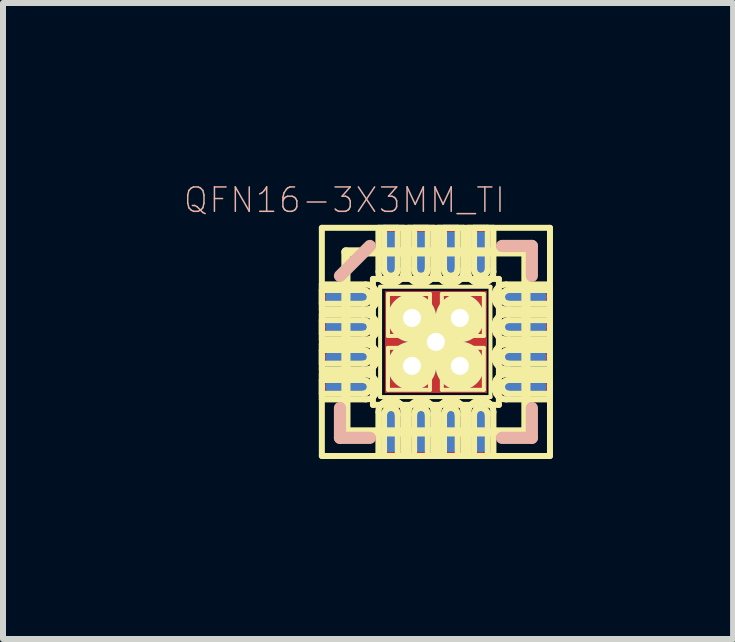
<source format=kicad_pcb>
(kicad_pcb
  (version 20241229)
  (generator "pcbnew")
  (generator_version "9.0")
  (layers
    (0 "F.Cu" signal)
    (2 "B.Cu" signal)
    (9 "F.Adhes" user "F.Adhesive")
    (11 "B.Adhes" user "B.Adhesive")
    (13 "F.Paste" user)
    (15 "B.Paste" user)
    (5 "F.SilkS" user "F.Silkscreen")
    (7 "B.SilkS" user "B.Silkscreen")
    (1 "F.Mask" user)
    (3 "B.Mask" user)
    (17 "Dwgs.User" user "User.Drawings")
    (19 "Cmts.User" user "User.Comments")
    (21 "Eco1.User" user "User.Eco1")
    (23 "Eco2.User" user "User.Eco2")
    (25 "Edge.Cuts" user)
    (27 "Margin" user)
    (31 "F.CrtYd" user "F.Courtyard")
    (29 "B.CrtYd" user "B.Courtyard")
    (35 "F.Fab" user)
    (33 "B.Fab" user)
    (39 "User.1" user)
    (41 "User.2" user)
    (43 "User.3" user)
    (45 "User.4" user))
  (footprint "QFN16-3X3MM_TI"
    (layer "F.Cu")
    (at 4.211 2.645)
    (property "Reference" "QFN16-3X3MM_TI" (at -1.524 -2.362 0) (layer "B.SilkS") (effects (font (size 0.406 0.406) (thickness 0.025))))
    (attr smd)
    (fp_line (start -1.189 -0.749) (end -1.699 -0.749) (stroke (width 0.279) (type solid)) (layer "B.Cu"))
    (fp_line (start -1.189 -0.249) (end -1.699 -0.249) (stroke (width 0.279) (type solid)) (layer "B.Cu"))
    (fp_line (start -1.189 0.249) (end -1.699 0.249) (stroke (width 0.279) (type solid)) (layer "B.Cu"))
    (fp_line (start -1.189 0.749) (end -1.699 0.749) (stroke (width 0.279) (type solid)) (layer "B.Cu"))
    (fp_line (start -0.749 -1.699) (end -0.749 -1.189) (stroke (width 0.279) (type solid)) (layer "B.Cu"))
    (fp_line (start -0.749 1.699) (end -0.749 1.189) (stroke (width 0.279) (type solid)) (layer "B.Cu"))
    (fp_line (start -0.249 -1.699) (end -0.249 -1.189) (stroke (width 0.279) (type solid)) (layer "B.Cu"))
    (fp_line (start -0.249 1.699) (end -0.249 1.189) (stroke (width 0.279) (type solid)) (layer "B.Cu"))
    (fp_line (start 0.249 -1.699) (end 0.249 -1.189) (stroke (width 0.279) (type solid)) (layer "B.Cu"))
    (fp_line (start 0.249 1.699) (end 0.249 1.189) (stroke (width 0.279) (type solid)) (layer "B.Cu"))
    (fp_line (start 0.749 -1.699) (end 0.749 -1.189) (stroke (width 0.279) (type solid)) (layer "B.Cu"))
    (fp_line (start 0.749 1.699) (end 0.749 1.189) (stroke (width 0.279) (type solid)) (layer "B.Cu"))
    (fp_line (start 1.189 -0.749) (end 1.699 -0.749) (stroke (width 0.279) (type solid)) (layer "B.Cu"))
    (fp_line (start 1.189 -0.249) (end 1.699 -0.249) (stroke (width 0.279) (type solid)) (layer "B.Cu"))
    (fp_line (start 1.189 0.249) (end 1.699 0.249) (stroke (width 0.279) (type solid)) (layer "B.Cu"))
    (fp_line (start 1.189 0.749) (end 1.699 0.749) (stroke (width 0.279) (type solid)) (layer "B.Cu"))
    (fp_line (start -1.9 -1.9) (end -1.9 1.9) (stroke (width 0.1) (type solid)) (layer "F.SilkS"))
    (fp_line (start -1.9 -1.9) (end 1.9 -1.9) (stroke (width 0.1) (type solid)) (layer "F.SilkS"))
    (fp_line (start -1.9 -0.958) (end -1.168 -0.958) (stroke (width 0.1) (type solid)) (layer "F.SilkS"))
    (fp_line (start -1.9 -0.864) (end -1.214 -0.864) (stroke (width 0.1) (type solid)) (layer "F.SilkS"))
    (fp_line (start -1.9 -0.635) (end -1.9 -0.864) (stroke (width 0.1) (type solid)) (layer "F.SilkS"))
    (fp_line (start -1.9 -0.538) (end -1.9 -0.958) (stroke (width 0.1) (type solid)) (layer "F.SilkS"))
    (fp_line (start -1.9 -0.46) (end -1.179 -0.46) (stroke (width 0.1) (type solid)) (layer "F.SilkS"))
    (fp_line (start -1.9 -0.363) (end -1.214 -0.363) (stroke (width 0.1) (type solid)) (layer "F.SilkS"))
    (fp_line (start -1.9 -0.135) (end -1.9 -0.363) (stroke (width 0.1) (type solid)) (layer "F.SilkS"))
    (fp_line (start -1.9 -0.038) (end -1.9 -0.46) (stroke (width 0.1) (type solid)) (layer "F.SilkS"))
    (fp_line (start -1.9 0.038) (end -1.168 0.038) (stroke (width 0.1) (type solid)) (layer "F.SilkS"))
    (fp_line (start -1.9 0.135) (end -1.214 0.135) (stroke (width 0.1) (type solid)) (layer "F.SilkS"))
    (fp_line (start -1.9 0.363) (end -1.9 0.135) (stroke (width 0.1) (type solid)) (layer "F.SilkS"))
    (fp_line (start -1.9 0.46) (end -1.9 0.038) (stroke (width 0.1) (type solid)) (layer "F.SilkS"))
    (fp_line (start -1.9 0.538) (end -1.179 0.538) (stroke (width 0.1) (type solid)) (layer "F.SilkS"))
    (fp_line (start -1.9 0.635) (end -1.214 0.635) (stroke (width 0.1) (type solid)) (layer "F.SilkS"))
    (fp_line (start -1.9 0.864) (end -1.9 0.635) (stroke (width 0.1) (type solid)) (layer "F.SilkS"))
    (fp_line (start -1.9 0.958) (end -1.9 0.538) (stroke (width 0.1) (type solid)) (layer "F.SilkS"))
    (fp_line (start -1.9 1.9) (end 1.9 1.9) (stroke (width 0.1) (type solid)) (layer "F.SilkS"))
    (fp_line (start -1.499 -1.499) (end -1.499 1.499) (stroke (width 0.152) (type solid)) (layer "F.SilkS"))
    (fp_line (start -1.499 1.499) (end 1.499 1.499) (stroke (width 0.152) (type solid)) (layer "F.SilkS"))
    (fp_line (start -1.214 -0.864) (end -1.179 -0.859) (stroke (width 0.1) (type solid)) (layer "F.SilkS"))
    (fp_line (start -1.214 -0.635) (end -1.9 -0.635) (stroke (width 0.1) (type solid)) (layer "F.SilkS"))
    (fp_line (start -1.214 -0.363) (end -1.179 -0.358) (stroke (width 0.1) (type solid)) (layer "F.SilkS"))
    (fp_line (start -1.214 -0.135) (end -1.9 -0.135) (stroke (width 0.1) (type solid)) (layer "F.SilkS"))
    (fp_line (start -1.214 0.135) (end -1.179 0.14) (stroke (width 0.1) (type solid)) (layer "F.SilkS"))
    (fp_line (start -1.214 0.363) (end -1.9 0.363) (stroke (width 0.1) (type solid)) (layer "F.SilkS"))
    (fp_line (start -1.214 0.635) (end -1.179 0.64) (stroke (width 0.1) (type solid)) (layer "F.SilkS"))
    (fp_line (start -1.214 0.864) (end -1.9 0.864) (stroke (width 0.1) (type solid)) (layer "F.SilkS"))
    (fp_line (start -1.179 -0.859) (end -1.146 -0.841) (stroke (width 0.1) (type solid)) (layer "F.SilkS"))
    (fp_line (start -1.179 -0.64) (end -1.214 -0.635) (stroke (width 0.1) (type solid)) (layer "F.SilkS"))
    (fp_line (start -1.179 -0.46) (end -1.128 -0.452) (stroke (width 0.1) (type solid)) (layer "F.SilkS"))
    (fp_line (start -1.179 -0.358) (end -1.146 -0.343) (stroke (width 0.1) (type solid)) (layer "F.SilkS"))
    (fp_line (start -1.179 -0.14) (end -1.214 -0.135) (stroke (width 0.1) (type solid)) (layer "F.SilkS"))
    (fp_line (start -1.179 0.14) (end -1.146 0.155) (stroke (width 0.1) (type solid)) (layer "F.SilkS"))
    (fp_line (start -1.179 0.358) (end -1.214 0.363) (stroke (width 0.1) (type solid)) (layer "F.SilkS"))
    (fp_line (start -1.179 0.538) (end -1.128 0.544) (stroke (width 0.1) (type solid)) (layer "F.SilkS"))
    (fp_line (start -1.179 0.64) (end -1.146 0.655) (stroke (width 0.1) (type solid)) (layer "F.SilkS"))
    (fp_line (start -1.179 0.859) (end -1.214 0.864) (stroke (width 0.1) (type solid)) (layer "F.SilkS"))
    (fp_line (start -1.168 -0.958) (end -1.12 -0.953) (stroke (width 0.1) (type solid)) (layer "F.SilkS"))
    (fp_line (start -1.168 -0.038) (end -1.9 -0.038) (stroke (width 0.1) (type solid)) (layer "F.SilkS"))
    (fp_line (start -1.168 0.038) (end -1.12 0.046) (stroke (width 0.1) (type solid)) (layer "F.SilkS"))
    (fp_line (start -1.168 0.958) (end -1.9 0.958) (stroke (width 0.1) (type solid)) (layer "F.SilkS"))
    (fp_line (start -1.158 -0.538) (end -1.9 -0.538) (stroke (width 0.1) (type solid)) (layer "F.SilkS"))
    (fp_line (start -1.158 0.46) (end -1.9 0.46) (stroke (width 0.1) (type solid)) (layer "F.SilkS"))
    (fp_line (start -1.146 -0.841) (end -1.12 -0.815) (stroke (width 0.1) (type solid)) (layer "F.SilkS"))
    (fp_line (start -1.146 -0.655) (end -1.179 -0.64) (stroke (width 0.1) (type solid)) (layer "F.SilkS"))
    (fp_line (start -1.146 -0.343) (end -1.12 -0.318) (stroke (width 0.1) (type solid)) (layer "F.SilkS"))
    (fp_line (start -1.146 -0.155) (end -1.179 -0.14) (stroke (width 0.1) (type solid)) (layer "F.SilkS"))
    (fp_line (start -1.146 0.155) (end -1.12 0.18) (stroke (width 0.1) (type solid)) (layer "F.SilkS"))
    (fp_line (start -1.146 0.343) (end -1.179 0.358) (stroke (width 0.1) (type solid)) (layer "F.SilkS"))
    (fp_line (start -1.146 0.655) (end -1.12 0.681) (stroke (width 0.1) (type solid)) (layer "F.SilkS"))
    (fp_line (start -1.146 0.841) (end -1.179 0.859) (stroke (width 0.1) (type solid)) (layer "F.SilkS"))
    (fp_line (start -1.128 -0.452) (end -1.079 -0.434) (stroke (width 0.1) (type solid)) (layer "F.SilkS"))
    (fp_line (start -1.128 0.544) (end -1.079 0.561) (stroke (width 0.1) (type solid)) (layer "F.SilkS"))
    (fp_line (start -1.12 -0.953) (end -1.074 -0.932) (stroke (width 0.1) (type solid)) (layer "F.SilkS"))
    (fp_line (start -1.12 -0.815) (end -1.105 -0.785) (stroke (width 0.1) (type solid)) (layer "F.SilkS"))
    (fp_line (start -1.12 -0.681) (end -1.146 -0.655) (stroke (width 0.1) (type solid)) (layer "F.SilkS"))
    (fp_line (start -1.12 -0.318) (end -1.105 -0.284) (stroke (width 0.1) (type solid)) (layer "F.SilkS"))
    (fp_line (start -1.12 -0.18) (end -1.146 -0.155) (stroke (width 0.1) (type solid)) (layer "F.SilkS"))
    (fp_line (start -1.12 -0.043) (end -1.168 -0.038) (stroke (width 0.1) (type solid)) (layer "F.SilkS"))
    (fp_line (start -1.12 0.046) (end -1.074 0.064) (stroke (width 0.1) (type solid)) (layer "F.SilkS"))
    (fp_line (start -1.12 0.18) (end -1.105 0.213) (stroke (width 0.1) (type solid)) (layer "F.SilkS"))
    (fp_line (start -1.12 0.318) (end -1.146 0.343) (stroke (width 0.1) (type solid)) (layer "F.SilkS"))
    (fp_line (start -1.12 0.681) (end -1.105 0.714) (stroke (width 0.1) (type solid)) (layer "F.SilkS"))
    (fp_line (start -1.12 0.815) (end -1.146 0.841) (stroke (width 0.1) (type solid)) (layer "F.SilkS"))
    (fp_line (start -1.12 0.953) (end -1.168 0.958) (stroke (width 0.1) (type solid)) (layer "F.SilkS"))
    (fp_line (start -1.113 -0.546) (end -1.158 -0.538) (stroke (width 0.1) (type solid)) (layer "F.SilkS"))
    (fp_line (start -1.113 0.452) (end -1.158 0.46) (stroke (width 0.1) (type solid)) (layer "F.SilkS"))
    (fp_line (start -1.105 -0.785) (end -1.1 -0.749) (stroke (width 0.1) (type solid)) (layer "F.SilkS"))
    (fp_line (start -1.105 -0.714) (end -1.12 -0.681) (stroke (width 0.1) (type solid)) (layer "F.SilkS"))
    (fp_line (start -1.105 -0.284) (end -1.1 -0.249) (stroke (width 0.1) (type solid)) (layer "F.SilkS"))
    (fp_line (start -1.105 -0.213) (end -1.12 -0.18) (stroke (width 0.1) (type solid)) (layer "F.SilkS"))
    (fp_line (start -1.105 0.213) (end -1.1 0.249) (stroke (width 0.1) (type solid)) (layer "F.SilkS"))
    (fp_line (start -1.105 0.284) (end -1.12 0.318) (stroke (width 0.1) (type solid)) (layer "F.SilkS"))
    (fp_line (start -1.105 0.714) (end -1.1 0.749) (stroke (width 0.1) (type solid)) (layer "F.SilkS"))
    (fp_line (start -1.105 0.785) (end -1.12 0.815) (stroke (width 0.1) (type solid)) (layer "F.SilkS"))
    (fp_line (start -1.1 -0.749) (end -1.105 -0.714) (stroke (width 0.1) (type solid)) (layer "F.SilkS"))
    (fp_line (start -1.1 -0.249) (end -1.105 -0.213) (stroke (width 0.1) (type solid)) (layer "F.SilkS"))
    (fp_line (start -1.1 0.249) (end -1.105 0.284) (stroke (width 0.1) (type solid)) (layer "F.SilkS"))
    (fp_line (start -1.1 0.749) (end -1.105 0.785) (stroke (width 0.1) (type solid)) (layer "F.SilkS"))
    (fp_line (start -1.079 -0.434) (end -1.039 -0.406) (stroke (width 0.1) (type solid)) (layer "F.SilkS"))
    (fp_line (start -1.079 0.561) (end -1.039 0.592) (stroke (width 0.1) (type solid)) (layer "F.SilkS"))
    (fp_line (start -1.074 -0.932) (end -1.034 -0.904) (stroke (width 0.1) (type solid)) (layer "F.SilkS"))
    (fp_line (start -1.074 -0.061) (end -1.12 -0.043) (stroke (width 0.1) (type solid)) (layer "F.SilkS"))
    (fp_line (start -1.074 0.064) (end -1.034 0.094) (stroke (width 0.1) (type solid)) (layer "F.SilkS"))
    (fp_line (start -1.074 0.937) (end -1.12 0.953) (stroke (width 0.1) (type solid)) (layer "F.SilkS"))
    (fp_line (start -1.069 -0.564) (end -1.113 -0.546) (stroke (width 0.1) (type solid)) (layer "F.SilkS"))
    (fp_line (start -1.069 0.434) (end -1.113 0.452) (stroke (width 0.1) (type solid)) (layer "F.SilkS"))
    (fp_line (start -1.049 -1.049) (end -1.049 1.049) (stroke (width 0.1) (type solid)) (layer "F.SilkS"))
    (fp_line (start -1.049 -1.049) (end 1.049 -1.049) (stroke (width 0.1) (type solid)) (layer "F.SilkS"))
    (fp_line (start -1.049 1.049) (end 1.049 1.049) (stroke (width 0.1) (type solid)) (layer "F.SilkS"))
    (fp_line (start -1.039 -0.406) (end -1.008 -0.366) (stroke (width 0.1) (type solid)) (layer "F.SilkS"))
    (fp_line (start -1.039 0.592) (end -1.008 0.632) (stroke (width 0.1) (type solid)) (layer "F.SilkS"))
    (fp_line (start -1.036 -0.089) (end -1.074 -0.061) (stroke (width 0.1) (type solid)) (layer "F.SilkS"))
    (fp_line (start -1.036 0.909) (end -1.074 0.937) (stroke (width 0.1) (type solid)) (layer "F.SilkS"))
    (fp_line (start -1.034 -0.904) (end -1.003 -0.864) (stroke (width 0.1) (type solid)) (layer "F.SilkS"))
    (fp_line (start -1.034 0.094) (end -1.003 0.135) (stroke (width 0.1) (type solid)) (layer "F.SilkS"))
    (fp_line (start -1.031 -0.592) (end -1.069 -0.564) (stroke (width 0.1) (type solid)) (layer "F.SilkS"))
    (fp_line (start -1.031 0.406) (end -1.069 0.434) (stroke (width 0.1) (type solid)) (layer "F.SilkS"))
    (fp_line (start -1.008 -0.366) (end -0.986 -0.32) (stroke (width 0.1) (type solid)) (layer "F.SilkS"))
    (fp_line (start -1.008 0.632) (end -0.986 0.678) (stroke (width 0.1) (type solid)) (layer "F.SilkS"))
    (fp_line (start -1.006 -0.127) (end -1.036 -0.089) (stroke (width 0.1) (type solid)) (layer "F.SilkS"))
    (fp_line (start -1.006 0.871) (end -1.036 0.909) (stroke (width 0.1) (type solid)) (layer "F.SilkS"))
    (fp_line (start -1.003 -0.864) (end -0.986 -0.818) (stroke (width 0.1) (type solid)) (layer "F.SilkS"))
    (fp_line (start -1.003 -0.63) (end -1.031 -0.592) (stroke (width 0.1) (type solid)) (layer "F.SilkS"))
    (fp_line (start -1.003 0.135) (end -0.986 0.18) (stroke (width 0.1) (type solid)) (layer "F.SilkS"))
    (fp_line (start -1.003 0.368) (end -1.031 0.406) (stroke (width 0.1) (type solid)) (layer "F.SilkS"))
    (fp_line (start -0.986 -0.818) (end -0.978 -0.77) (stroke (width 0.1) (type solid)) (layer "F.SilkS"))
    (fp_line (start -0.986 -0.673) (end -1.003 -0.63) (stroke (width 0.1) (type solid)) (layer "F.SilkS"))
    (fp_line (start -0.986 -0.32) (end -0.978 -0.269) (stroke (width 0.1) (type solid)) (layer "F.SilkS"))
    (fp_line (start -0.986 -0.17) (end -1.006 -0.127) (stroke (width 0.1) (type solid)) (layer "F.SilkS"))
    (fp_line (start -0.986 0.18) (end -0.978 0.229) (stroke (width 0.1) (type solid)) (layer "F.SilkS"))
    (fp_line (start -0.986 0.325) (end -1.003 0.368) (stroke (width 0.1) (type solid)) (layer "F.SilkS"))
    (fp_line (start -0.986 0.678) (end -0.978 0.729) (stroke (width 0.1) (type solid)) (layer "F.SilkS"))
    (fp_line (start -0.986 0.826) (end -1.006 0.871) (stroke (width 0.1) (type solid)) (layer "F.SilkS"))
    (fp_line (start -0.978 -0.77) (end -0.978 -0.719) (stroke (width 0.1) (type solid)) (layer "F.SilkS"))
    (fp_line (start -0.978 -0.719) (end -0.986 -0.673) (stroke (width 0.1) (type solid)) (layer "F.SilkS"))
    (fp_line (start -0.978 -0.269) (end -0.978 -0.218) (stroke (width 0.1) (type solid)) (layer "F.SilkS"))
    (fp_line (start -0.978 -0.218) (end -0.986 -0.17) (stroke (width 0.1) (type solid)) (layer "F.SilkS"))
    (fp_line (start -0.978 0.229) (end -0.978 0.279) (stroke (width 0.1) (type solid)) (layer "F.SilkS"))
    (fp_line (start -0.978 0.279) (end -0.986 0.325) (stroke (width 0.1) (type solid)) (layer "F.SilkS"))
    (fp_line (start -0.978 0.729) (end -0.978 0.78) (stroke (width 0.1) (type solid)) (layer "F.SilkS"))
    (fp_line (start -0.978 0.78) (end -0.986 0.826) (stroke (width 0.1) (type solid)) (layer "F.SilkS"))
    (fp_line (start -0.958 -1.9) (end -0.538 -1.9) (stroke (width 0.1) (type solid)) (layer "F.SilkS"))
    (fp_line (start -0.958 -1.168) (end -0.958 -1.9) (stroke (width 0.1) (type solid)) (layer "F.SilkS"))
    (fp_line (start -0.958 1.168) (end -0.953 1.12) (stroke (width 0.1) (type solid)) (layer "F.SilkS"))
    (fp_line (start -0.958 1.9) (end -0.958 1.168) (stroke (width 0.1) (type solid)) (layer "F.SilkS"))
    (fp_line (start -0.953 -1.12) (end -0.958 -1.168) (stroke (width 0.1) (type solid)) (layer "F.SilkS"))
    (fp_line (start -0.953 1.12) (end -0.932 1.074) (stroke (width 0.1) (type solid)) (layer "F.SilkS"))
    (fp_line (start -0.937 -1.074) (end -0.953 -1.12) (stroke (width 0.1) (type solid)) (layer "F.SilkS"))
    (fp_line (start -0.932 1.074) (end -0.904 1.034) (stroke (width 0.1) (type solid)) (layer "F.SilkS"))
    (fp_line (start -0.93 -0.919) (end 0.909 -0.919) (stroke (width 0.066) (type solid)) (layer "F.SilkS"))
    (fp_line (start -0.93 0.919) (end -0.93 -0.919) (stroke (width 0.066) (type solid)) (layer "F.SilkS"))
    (fp_line (start -0.93 0.919) (end 0.909 0.919) (stroke (width 0.066) (type solid)) (layer "F.SilkS"))
    (fp_line (start -0.909 -1.036) (end -0.937 -1.074) (stroke (width 0.1) (type solid)) (layer "F.SilkS"))
    (fp_line (start -0.904 1.034) (end -0.864 1.003) (stroke (width 0.1) (type solid)) (layer "F.SilkS"))
    (fp_line (start -0.871 -1.006) (end -0.909 -1.036) (stroke (width 0.1) (type solid)) (layer "F.SilkS"))
    (fp_line (start -0.864 -1.9) (end -0.635 -1.9) (stroke (width 0.1) (type solid)) (layer "F.SilkS"))
    (fp_line (start -0.864 -1.214) (end -0.864 -1.9) (stroke (width 0.1) (type solid)) (layer "F.SilkS"))
    (fp_line (start -0.864 1.003) (end -0.818 0.986) (stroke (width 0.1) (type solid)) (layer "F.SilkS"))
    (fp_line (start -0.864 1.214) (end -0.859 1.179) (stroke (width 0.1) (type solid)) (layer "F.SilkS"))
    (fp_line (start -0.864 1.9) (end -0.864 1.214) (stroke (width 0.1) (type solid)) (layer "F.SilkS"))
    (fp_line (start -0.859 -1.179) (end -0.864 -1.214) (stroke (width 0.1) (type solid)) (layer "F.SilkS"))
    (fp_line (start -0.859 1.179) (end -0.841 1.146) (stroke (width 0.1) (type solid)) (layer "F.SilkS"))
    (fp_line (start -0.841 -1.146) (end -0.859 -1.179) (stroke (width 0.1) (type solid)) (layer "F.SilkS"))
    (fp_line (start -0.841 1.146) (end -0.815 1.12) (stroke (width 0.1) (type solid)) (layer "F.SilkS"))
    (fp_line (start -0.826 -0.986) (end -0.871 -1.006) (stroke (width 0.1) (type solid)) (layer "F.SilkS"))
    (fp_line (start -0.818 0.986) (end -0.77 0.978) (stroke (width 0.1) (type solid)) (layer "F.SilkS"))
    (fp_line (start -0.815 -1.12) (end -0.841 -1.146) (stroke (width 0.1) (type solid)) (layer "F.SilkS"))
    (fp_line (start -0.815 1.12) (end -0.785 1.105) (stroke (width 0.1) (type solid)) (layer "F.SilkS"))
    (fp_line (start -0.798 -0.798) (end -0.099 -0.798) (stroke (width 0.066) (type solid)) (layer "F.SilkS"))
    (fp_line (start -0.798 -0.099) (end -0.798 -0.798) (stroke (width 0.066) (type solid)) (layer "F.SilkS"))
    (fp_line (start -0.798 -0.099) (end -0.099 -0.099) (stroke (width 0.066) (type solid)) (layer "F.SilkS"))
    (fp_line (start -0.798 0.099) (end -0.099 0.099) (stroke (width 0.066) (type solid)) (layer "F.SilkS"))
    (fp_line (start -0.798 0.798) (end -0.798 0.099) (stroke (width 0.066) (type solid)) (layer "F.SilkS"))
    (fp_line (start -0.798 0.798) (end -0.099 0.798) (stroke (width 0.066) (type solid)) (layer "F.SilkS"))
    (fp_line (start -0.785 -1.105) (end -0.815 -1.12) (stroke (width 0.1) (type solid)) (layer "F.SilkS"))
    (fp_line (start -0.785 1.105) (end -0.749 1.1) (stroke (width 0.1) (type solid)) (layer "F.SilkS"))
    (fp_line (start -0.78 -0.978) (end -0.826 -0.986) (stroke (width 0.1) (type solid)) (layer "F.SilkS"))
    (fp_line (start -0.77 0.978) (end -0.719 0.978) (stroke (width 0.1) (type solid)) (layer "F.SilkS"))
    (fp_line (start -0.749 -1.1) (end -0.785 -1.105) (stroke (width 0.1) (type solid)) (layer "F.SilkS"))
    (fp_line (start -0.749 1.1) (end -0.714 1.105) (stroke (width 0.1) (type solid)) (layer "F.SilkS"))
    (fp_line (start -0.729 -0.978) (end -0.78 -0.978) (stroke (width 0.1) (type solid)) (layer "F.SilkS"))
    (fp_line (start -0.719 0.978) (end -0.673 0.986) (stroke (width 0.1) (type solid)) (layer "F.SilkS"))
    (fp_line (start -0.714 -1.105) (end -0.749 -1.1) (stroke (width 0.1) (type solid)) (layer "F.SilkS"))
    (fp_line (start -0.714 1.105) (end -0.681 1.12) (stroke (width 0.1) (type solid)) (layer "F.SilkS"))
    (fp_line (start -0.681 -1.12) (end -0.714 -1.105) (stroke (width 0.1) (type solid)) (layer "F.SilkS"))
    (fp_line (start -0.681 1.12) (end -0.655 1.146) (stroke (width 0.1) (type solid)) (layer "F.SilkS"))
    (fp_line (start -0.678 -0.986) (end -0.729 -0.978) (stroke (width 0.1) (type solid)) (layer "F.SilkS"))
    (fp_line (start -0.673 0.986) (end -0.63 1.003) (stroke (width 0.1) (type solid)) (layer "F.SilkS"))
    (fp_line (start -0.655 -1.146) (end -0.681 -1.12) (stroke (width 0.1) (type solid)) (layer "F.SilkS"))
    (fp_line (start -0.655 1.146) (end -0.64 1.179) (stroke (width 0.1) (type solid)) (layer "F.SilkS"))
    (fp_line (start -0.64 -1.179) (end -0.655 -1.146) (stroke (width 0.1) (type solid)) (layer "F.SilkS"))
    (fp_line (start -0.64 1.179) (end -0.635 1.214) (stroke (width 0.1) (type solid)) (layer "F.SilkS"))
    (fp_line (start -0.635 -1.9) (end -0.635 -1.214) (stroke (width 0.1) (type solid)) (layer "F.SilkS"))
    (fp_line (start -0.635 -1.214) (end -0.64 -1.179) (stroke (width 0.1) (type solid)) (layer "F.SilkS"))
    (fp_line (start -0.635 1.214) (end -0.635 1.9) (stroke (width 0.1) (type solid)) (layer "F.SilkS"))
    (fp_line (start -0.635 1.9) (end -0.864 1.9) (stroke (width 0.1) (type solid)) (layer "F.SilkS"))
    (fp_line (start -0.632 -1.008) (end -0.678 -0.986) (stroke (width 0.1) (type solid)) (layer "F.SilkS"))
    (fp_line (start -0.63 1.003) (end -0.592 1.031) (stroke (width 0.1) (type solid)) (layer "F.SilkS"))
    (fp_line (start -0.592 -1.039) (end -0.632 -1.008) (stroke (width 0.1) (type solid)) (layer "F.SilkS"))
    (fp_line (start -0.592 1.031) (end -0.564 1.069) (stroke (width 0.1) (type solid)) (layer "F.SilkS"))
    (fp_line (start -0.564 1.069) (end -0.546 1.113) (stroke (width 0.1) (type solid)) (layer "F.SilkS"))
    (fp_line (start -0.561 -1.079) (end -0.592 -1.039) (stroke (width 0.1) (type solid)) (layer "F.SilkS"))
    (fp_line (start -0.546 1.113) (end -0.538 1.158) (stroke (width 0.1) (type solid)) (layer "F.SilkS"))
    (fp_line (start -0.544 -1.128) (end -0.561 -1.079) (stroke (width 0.1) (type solid)) (layer "F.SilkS"))
    (fp_line (start -0.538 -1.9) (end -0.538 -1.179) (stroke (width 0.1) (type solid)) (layer "F.SilkS"))
    (fp_line (start -0.538 -1.179) (end -0.544 -1.128) (stroke (width 0.1) (type solid)) (layer "F.SilkS"))
    (fp_line (start -0.538 1.158) (end -0.538 1.9) (stroke (width 0.1) (type solid)) (layer "F.SilkS"))
    (fp_line (start -0.538 1.9) (end -0.958 1.9) (stroke (width 0.1) (type solid)) (layer "F.SilkS"))
    (fp_line (start -0.46 -1.9) (end -0.038 -1.9) (stroke (width 0.1) (type solid)) (layer "F.SilkS"))
    (fp_line (start -0.46 -1.158) (end -0.46 -1.9) (stroke (width 0.1) (type solid)) (layer "F.SilkS"))
    (fp_line (start -0.46 1.179) (end -0.452 1.128) (stroke (width 0.1) (type solid)) (layer "F.SilkS"))
    (fp_line (start -0.46 1.9) (end -0.46 1.179) (stroke (width 0.1) (type solid)) (layer "F.SilkS"))
    (fp_line (start -0.452 -1.113) (end -0.46 -1.158) (stroke (width 0.1) (type solid)) (layer "F.SilkS"))
    (fp_line (start -0.452 1.128) (end -0.434 1.079) (stroke (width 0.1) (type solid)) (layer "F.SilkS"))
    (fp_line (start -0.434 -1.069) (end -0.452 -1.113) (stroke (width 0.1) (type solid)) (layer "F.SilkS"))
    (fp_line (start -0.434 1.079) (end -0.406 1.039) (stroke (width 0.1) (type solid)) (layer "F.SilkS"))
    (fp_line (start -0.406 -1.031) (end -0.434 -1.069) (stroke (width 0.1) (type solid)) (layer "F.SilkS"))
    (fp_line (start -0.406 1.039) (end -0.366 1.008) (stroke (width 0.1) (type solid)) (layer "F.SilkS"))
    (fp_line (start -0.368 -1.003) (end -0.406 -1.031) (stroke (width 0.1) (type solid)) (layer "F.SilkS"))
    (fp_line (start -0.366 1.008) (end -0.32 0.986) (stroke (width 0.1) (type solid)) (layer "F.SilkS"))
    (fp_line (start -0.363 -1.9) (end -0.135 -1.9) (stroke (width 0.1) (type solid)) (layer "F.SilkS"))
    (fp_line (start -0.363 -1.214) (end -0.363 -1.9) (stroke (width 0.1) (type solid)) (layer "F.SilkS"))
    (fp_line (start -0.363 1.214) (end -0.358 1.179) (stroke (width 0.1) (type solid)) (layer "F.SilkS"))
    (fp_line (start -0.363 1.9) (end -0.363 1.214) (stroke (width 0.1) (type solid)) (layer "F.SilkS"))
    (fp_line (start -0.358 -1.179) (end -0.363 -1.214) (stroke (width 0.1) (type solid)) (layer "F.SilkS"))
    (fp_line (start -0.358 1.179) (end -0.343 1.146) (stroke (width 0.1) (type solid)) (layer "F.SilkS"))
    (fp_line (start -0.343 -1.146) (end -0.358 -1.179) (stroke (width 0.1) (type solid)) (layer "F.SilkS"))
    (fp_line (start -0.343 1.146) (end -0.318 1.12) (stroke (width 0.1) (type solid)) (layer "F.SilkS"))
    (fp_line (start -0.325 -0.986) (end -0.368 -1.003) (stroke (width 0.1) (type solid)) (layer "F.SilkS"))
    (fp_line (start -0.32 0.986) (end -0.269 0.978) (stroke (width 0.1) (type solid)) (layer "F.SilkS"))
    (fp_line (start -0.318 -1.12) (end -0.343 -1.146) (stroke (width 0.1) (type solid)) (layer "F.SilkS"))
    (fp_line (start -0.318 1.12) (end -0.284 1.105) (stroke (width 0.1) (type solid)) (layer "F.SilkS"))
    (fp_line (start -0.284 -1.105) (end -0.318 -1.12) (stroke (width 0.1) (type solid)) (layer "F.SilkS"))
    (fp_line (start -0.284 1.105) (end -0.249 1.1) (stroke (width 0.1) (type solid)) (layer "F.SilkS"))
    (fp_line (start -0.279 -0.978) (end -0.325 -0.986) (stroke (width 0.1) (type solid)) (layer "F.SilkS"))
    (fp_line (start -0.269 0.978) (end -0.218 0.978) (stroke (width 0.1) (type solid)) (layer "F.SilkS"))
    (fp_line (start -0.249 -1.1) (end -0.284 -1.105) (stroke (width 0.1) (type solid)) (layer "F.SilkS"))
    (fp_line (start -0.249 1.1) (end -0.213 1.105) (stroke (width 0.1) (type solid)) (layer "F.SilkS"))
    (fp_line (start -0.229 -0.978) (end -0.279 -0.978) (stroke (width 0.1) (type solid)) (layer "F.SilkS"))
    (fp_line (start -0.218 0.978) (end -0.17 0.986) (stroke (width 0.1) (type solid)) (layer "F.SilkS"))
    (fp_line (start -0.213 -1.105) (end -0.249 -1.1) (stroke (width 0.1) (type solid)) (layer "F.SilkS"))
    (fp_line (start -0.213 1.105) (end -0.18 1.12) (stroke (width 0.1) (type solid)) (layer "F.SilkS"))
    (fp_line (start -0.18 -1.12) (end -0.213 -1.105) (stroke (width 0.1) (type solid)) (layer "F.SilkS"))
    (fp_line (start -0.18 -0.986) (end -0.229 -0.978) (stroke (width 0.1) (type solid)) (layer "F.SilkS"))
    (fp_line (start -0.18 1.12) (end -0.155 1.146) (stroke (width 0.1) (type solid)) (layer "F.SilkS"))
    (fp_line (start -0.17 0.986) (end -0.127 1.006) (stroke (width 0.1) (type solid)) (layer "F.SilkS"))
    (fp_line (start -0.155 -1.146) (end -0.18 -1.12) (stroke (width 0.1) (type solid)) (layer "F.SilkS"))
    (fp_line (start -0.155 1.146) (end -0.14 1.179) (stroke (width 0.1) (type solid)) (layer "F.SilkS"))
    (fp_line (start -0.14 -1.179) (end -0.155 -1.146) (stroke (width 0.1) (type solid)) (layer "F.SilkS"))
    (fp_line (start -0.14 1.179) (end -0.135 1.214) (stroke (width 0.1) (type solid)) (layer "F.SilkS"))
    (fp_line (start -0.135 -1.9) (end -0.135 -1.214) (stroke (width 0.1) (type solid)) (layer "F.SilkS"))
    (fp_line (start -0.135 -1.214) (end -0.14 -1.179) (stroke (width 0.1) (type solid)) (layer "F.SilkS"))
    (fp_line (start -0.135 -1.003) (end -0.18 -0.986) (stroke (width 0.1) (type solid)) (layer "F.SilkS"))
    (fp_line (start -0.135 1.214) (end -0.135 1.9) (stroke (width 0.1) (type solid)) (layer "F.SilkS"))
    (fp_line (start -0.135 1.9) (end -0.363 1.9) (stroke (width 0.1) (type solid)) (layer "F.SilkS"))
    (fp_line (start -0.127 1.006) (end -0.089 1.036) (stroke (width 0.1) (type solid)) (layer "F.SilkS"))
    (fp_line (start -0.099 -0.099) (end -0.099 -0.798) (stroke (width 0.066) (type solid)) (layer "F.SilkS"))
    (fp_line (start -0.099 0.798) (end -0.099 0.099) (stroke (width 0.066) (type solid)) (layer "F.SilkS"))
    (fp_line (start -0.094 -1.034) (end -0.135 -1.003) (stroke (width 0.1) (type solid)) (layer "F.SilkS"))
    (fp_line (start -0.089 1.036) (end -0.061 1.074) (stroke (width 0.1) (type solid)) (layer "F.SilkS"))
    (fp_line (start -0.064 -1.074) (end -0.094 -1.034) (stroke (width 0.1) (type solid)) (layer "F.SilkS"))
    (fp_line (start -0.061 1.074) (end -0.043 1.12) (stroke (width 0.1) (type solid)) (layer "F.SilkS"))
    (fp_line (start -0.046 -1.12) (end -0.064 -1.074) (stroke (width 0.1) (type solid)) (layer "F.SilkS"))
    (fp_line (start -0.043 1.12) (end -0.038 1.168) (stroke (width 0.1) (type solid)) (layer "F.SilkS"))
    (fp_line (start -0.038 -1.9) (end -0.038 -1.168) (stroke (width 0.1) (type solid)) (layer "F.SilkS"))
    (fp_line (start -0.038 -1.168) (end -0.046 -1.12) (stroke (width 0.1) (type solid)) (layer "F.SilkS"))
    (fp_line (start -0.038 1.168) (end -0.038 1.9) (stroke (width 0.1) (type solid)) (layer "F.SilkS"))
    (fp_line (start -0.038 1.9) (end -0.46 1.9) (stroke (width 0.1) (type solid)) (layer "F.SilkS"))
    (fp_line (start 0.038 -1.9) (end 0.46 -1.9) (stroke (width 0.1) (type solid)) (layer "F.SilkS"))
    (fp_line (start 0.038 -1.168) (end 0.038 -1.9) (stroke (width 0.1) (type solid)) (layer "F.SilkS"))
    (fp_line (start 0.038 1.168) (end 0.046 1.12) (stroke (width 0.1) (type solid)) (layer "F.SilkS"))
    (fp_line (start 0.038 1.9) (end 0.038 1.168) (stroke (width 0.1) (type solid)) (layer "F.SilkS"))
    (fp_line (start 0.043 -1.12) (end 0.038 -1.168) (stroke (width 0.1) (type solid)) (layer "F.SilkS"))
    (fp_line (start 0.046 1.12) (end 0.064 1.074) (stroke (width 0.1) (type solid)) (layer "F.SilkS"))
    (fp_line (start 0.061 -1.074) (end 0.043 -1.12) (stroke (width 0.1) (type solid)) (layer "F.SilkS"))
    (fp_line (start 0.064 1.074) (end 0.094 1.034) (stroke (width 0.1) (type solid)) (layer "F.SilkS"))
    (fp_line (start 0.089 -1.036) (end 0.061 -1.074) (stroke (width 0.1) (type solid)) (layer "F.SilkS"))
    (fp_line (start 0.094 1.034) (end 0.135 1.003) (stroke (width 0.1) (type solid)) (layer "F.SilkS"))
    (fp_line (start 0.099 -0.798) (end 0.798 -0.798) (stroke (width 0.066) (type solid)) (layer "F.SilkS"))
    (fp_line (start 0.099 -0.099) (end 0.099 -0.798) (stroke (width 0.066) (type solid)) (layer "F.SilkS"))
    (fp_line (start 0.099 -0.099) (end 0.798 -0.099) (stroke (width 0.066) (type solid)) (layer "F.SilkS"))
    (fp_line (start 0.099 0.099) (end 0.798 0.099) (stroke (width 0.066) (type solid)) (layer "F.SilkS"))
    (fp_line (start 0.099 0.798) (end 0.099 0.099) (stroke (width 0.066) (type solid)) (layer "F.SilkS"))
    (fp_line (start 0.099 0.798) (end 0.798 0.798) (stroke (width 0.066) (type solid)) (layer "F.SilkS"))
    (fp_line (start 0.127 -1.006) (end 0.089 -1.036) (stroke (width 0.1) (type solid)) (layer "F.SilkS"))
    (fp_line (start 0.135 -1.9) (end 0.363 -1.9) (stroke (width 0.1) (type solid)) (layer "F.SilkS"))
    (fp_line (start 0.135 -1.214) (end 0.135 -1.9) (stroke (width 0.1) (type solid)) (layer "F.SilkS"))
    (fp_line (start 0.135 1.003) (end 0.18 0.986) (stroke (width 0.1) (type solid)) (layer "F.SilkS"))
    (fp_line (start 0.135 1.214) (end 0.14 1.179) (stroke (width 0.1) (type solid)) (layer "F.SilkS"))
    (fp_line (start 0.135 1.9) (end 0.135 1.214) (stroke (width 0.1) (type solid)) (layer "F.SilkS"))
    (fp_line (start 0.14 -1.179) (end 0.135 -1.214) (stroke (width 0.1) (type solid)) (layer "F.SilkS"))
    (fp_line (start 0.14 1.179) (end 0.155 1.146) (stroke (width 0.1) (type solid)) (layer "F.SilkS"))
    (fp_line (start 0.155 -1.146) (end 0.14 -1.179) (stroke (width 0.1) (type solid)) (layer "F.SilkS"))
    (fp_line (start 0.155 1.146) (end 0.18 1.12) (stroke (width 0.1) (type solid)) (layer "F.SilkS"))
    (fp_line (start 0.17 -0.986) (end 0.127 -1.006) (stroke (width 0.1) (type solid)) (layer "F.SilkS"))
    (fp_line (start 0.18 -1.12) (end 0.155 -1.146) (stroke (width 0.1) (type solid)) (layer "F.SilkS"))
    (fp_line (start 0.18 0.986) (end 0.229 0.978) (stroke (width 0.1) (type solid)) (layer "F.SilkS"))
    (fp_line (start 0.18 1.12) (end 0.213 1.105) (stroke (width 0.1) (type solid)) (layer "F.SilkS"))
    (fp_line (start 0.213 -1.105) (end 0.18 -1.12) (stroke (width 0.1) (type solid)) (layer "F.SilkS"))
    (fp_line (start 0.213 1.105) (end 0.249 1.1) (stroke (width 0.1) (type solid)) (layer "F.SilkS"))
    (fp_line (start 0.218 -0.978) (end 0.17 -0.986) (stroke (width 0.1) (type solid)) (layer "F.SilkS"))
    (fp_line (start 0.229 0.978) (end 0.279 0.978) (stroke (width 0.1) (type solid)) (layer "F.SilkS"))
    (fp_line (start 0.249 -1.1) (end 0.213 -1.105) (stroke (width 0.1) (type solid)) (layer "F.SilkS"))
    (fp_line (start 0.249 1.1) (end 0.284 1.105) (stroke (width 0.1) (type solid)) (layer "F.SilkS"))
    (fp_line (start 0.269 -0.978) (end 0.218 -0.978) (stroke (width 0.1) (type solid)) (layer "F.SilkS"))
    (fp_line (start 0.279 0.978) (end 0.325 0.986) (stroke (width 0.1) (type solid)) (layer "F.SilkS"))
    (fp_line (start 0.284 -1.105) (end 0.249 -1.1) (stroke (width 0.1) (type solid)) (layer "F.SilkS"))
    (fp_line (start 0.284 1.105) (end 0.318 1.12) (stroke (width 0.1) (type solid)) (layer "F.SilkS"))
    (fp_line (start 0.318 -1.12) (end 0.284 -1.105) (stroke (width 0.1) (type solid)) (layer "F.SilkS"))
    (fp_line (start 0.318 1.12) (end 0.343 1.146) (stroke (width 0.1) (type solid)) (layer "F.SilkS"))
    (fp_line (start 0.32 -0.986) (end 0.269 -0.978) (stroke (width 0.1) (type solid)) (layer "F.SilkS"))
    (fp_line (start 0.325 0.986) (end 0.368 1.003) (stroke (width 0.1) (type solid)) (layer "F.SilkS"))
    (fp_line (start 0.343 -1.146) (end 0.318 -1.12) (stroke (width 0.1) (type solid)) (layer "F.SilkS"))
    (fp_line (start 0.343 1.146) (end 0.358 1.179) (stroke (width 0.1) (type solid)) (layer "F.SilkS"))
    (fp_line (start 0.358 -1.179) (end 0.343 -1.146) (stroke (width 0.1) (type solid)) (layer "F.SilkS"))
    (fp_line (start 0.358 1.179) (end 0.363 1.214) (stroke (width 0.1) (type solid)) (layer "F.SilkS"))
    (fp_line (start 0.363 -1.9) (end 0.363 -1.214) (stroke (width 0.1) (type solid)) (layer "F.SilkS"))
    (fp_line (start 0.363 -1.214) (end 0.358 -1.179) (stroke (width 0.1) (type solid)) (layer "F.SilkS"))
    (fp_line (start 0.363 1.214) (end 0.363 1.9) (stroke (width 0.1) (type solid)) (layer "F.SilkS"))
    (fp_line (start 0.363 1.9) (end 0.135 1.9) (stroke (width 0.1) (type solid)) (layer "F.SilkS"))
    (fp_line (start 0.366 -1.008) (end 0.32 -0.986) (stroke (width 0.1) (type solid)) (layer "F.SilkS"))
    (fp_line (start 0.368 1.003) (end 0.406 1.031) (stroke (width 0.1) (type solid)) (layer "F.SilkS"))
    (fp_line (start 0.406 -1.039) (end 0.366 -1.008) (stroke (width 0.1) (type solid)) (layer "F.SilkS"))
    (fp_line (start 0.406 1.031) (end 0.434 1.069) (stroke (width 0.1) (type solid)) (layer "F.SilkS"))
    (fp_line (start 0.434 -1.079) (end 0.406 -1.039) (stroke (width 0.1) (type solid)) (layer "F.SilkS"))
    (fp_line (start 0.434 1.069) (end 0.452 1.113) (stroke (width 0.1) (type solid)) (layer "F.SilkS"))
    (fp_line (start 0.452 -1.128) (end 0.434 -1.079) (stroke (width 0.1) (type solid)) (layer "F.SilkS"))
    (fp_line (start 0.452 1.113) (end 0.46 1.158) (stroke (width 0.1) (type solid)) (layer "F.SilkS"))
    (fp_line (start 0.46 -1.9) (end 0.46 -1.179) (stroke (width 0.1) (type solid)) (layer "F.SilkS"))
    (fp_line (start 0.46 -1.179) (end 0.452 -1.128) (stroke (width 0.1) (type solid)) (layer "F.SilkS"))
    (fp_line (start 0.46 1.158) (end 0.46 1.9) (stroke (width 0.1) (type solid)) (layer "F.SilkS"))
    (fp_line (start 0.46 1.9) (end 0.038 1.9) (stroke (width 0.1) (type solid)) (layer "F.SilkS"))
    (fp_line (start 0.538 -1.9) (end 0.958 -1.9) (stroke (width 0.1) (type solid)) (layer "F.SilkS"))
    (fp_line (start 0.538 -1.158) (end 0.538 -1.9) (stroke (width 0.1) (type solid)) (layer "F.SilkS"))
    (fp_line (start 0.538 1.179) (end 0.544 1.128) (stroke (width 0.1) (type solid)) (layer "F.SilkS"))
    (fp_line (start 0.538 1.9) (end 0.538 1.179) (stroke (width 0.1) (type solid)) (layer "F.SilkS"))
    (fp_line (start 0.544 1.128) (end 0.561 1.079) (stroke (width 0.1) (type solid)) (layer "F.SilkS"))
    (fp_line (start 0.546 -1.113) (end 0.538 -1.158) (stroke (width 0.1) (type solid)) (layer "F.SilkS"))
    (fp_line (start 0.561 1.079) (end 0.592 1.039) (stroke (width 0.1) (type solid)) (layer "F.SilkS"))
    (fp_line (start 0.564 -1.069) (end 0.546 -1.113) (stroke (width 0.1) (type solid)) (layer "F.SilkS"))
    (fp_line (start 0.592 -1.031) (end 0.564 -1.069) (stroke (width 0.1) (type solid)) (layer "F.SilkS"))
    (fp_line (start 0.592 1.039) (end 0.632 1.008) (stroke (width 0.1) (type solid)) (layer "F.SilkS"))
    (fp_line (start 0.63 -1.003) (end 0.592 -1.031) (stroke (width 0.1) (type solid)) (layer "F.SilkS"))
    (fp_line (start 0.632 1.008) (end 0.678 0.986) (stroke (width 0.1) (type solid)) (layer "F.SilkS"))
    (fp_line (start 0.635 -1.9) (end 0.864 -1.9) (stroke (width 0.1) (type solid)) (layer "F.SilkS"))
    (fp_line (start 0.635 -1.214) (end 0.635 -1.9) (stroke (width 0.1) (type solid)) (layer "F.SilkS"))
    (fp_line (start 0.635 1.214) (end 0.64 1.179) (stroke (width 0.1) (type solid)) (layer "F.SilkS"))
    (fp_line (start 0.635 1.9) (end 0.635 1.214) (stroke (width 0.1) (type solid)) (layer "F.SilkS"))
    (fp_line (start 0.64 -1.179) (end 0.635 -1.214) (stroke (width 0.1) (type solid)) (layer "F.SilkS"))
    (fp_line (start 0.64 1.179) (end 0.655 1.146) (stroke (width 0.1) (type solid)) (layer "F.SilkS"))
    (fp_line (start 0.655 -1.146) (end 0.64 -1.179) (stroke (width 0.1) (type solid)) (layer "F.SilkS"))
    (fp_line (start 0.655 1.146) (end 0.681 1.12) (stroke (width 0.1) (type solid)) (layer "F.SilkS"))
    (fp_line (start 0.673 -0.986) (end 0.63 -1.003) (stroke (width 0.1) (type solid)) (layer "F.SilkS"))
    (fp_line (start 0.678 0.986) (end 0.729 0.978) (stroke (width 0.1) (type solid)) (layer "F.SilkS"))
    (fp_line (start 0.681 -1.12) (end 0.655 -1.146) (stroke (width 0.1) (type solid)) (layer "F.SilkS"))
    (fp_line (start 0.681 1.12) (end 0.714 1.105) (stroke (width 0.1) (type solid)) (layer "F.SilkS"))
    (fp_line (start 0.714 -1.105) (end 0.681 -1.12) (stroke (width 0.1) (type solid)) (layer "F.SilkS"))
    (fp_line (start 0.714 1.105) (end 0.749 1.1) (stroke (width 0.1) (type solid)) (layer "F.SilkS"))
    (fp_line (start 0.719 -0.978) (end 0.673 -0.986) (stroke (width 0.1) (type solid)) (layer "F.SilkS"))
    (fp_line (start 0.729 0.978) (end 0.78 0.978) (stroke (width 0.1) (type solid)) (layer "F.SilkS"))
    (fp_line (start 0.749 -1.1) (end 0.714 -1.105) (stroke (width 0.1) (type solid)) (layer "F.SilkS"))
    (fp_line (start 0.749 1.1) (end 0.785 1.105) (stroke (width 0.1) (type solid)) (layer "F.SilkS"))
    (fp_line (start 0.77 -0.978) (end 0.719 -0.978) (stroke (width 0.1) (type solid)) (layer "F.SilkS"))
    (fp_line (start 0.78 0.978) (end 0.826 0.986) (stroke (width 0.1) (type solid)) (layer "F.SilkS"))
    (fp_line (start 0.785 -1.105) (end 0.749 -1.1) (stroke (width 0.1) (type solid)) (layer "F.SilkS"))
    (fp_line (start 0.785 1.105) (end 0.815 1.12) (stroke (width 0.1) (type solid)) (layer "F.SilkS"))
    (fp_line (start 0.798 -0.099) (end 0.798 -0.798) (stroke (width 0.066) (type solid)) (layer "F.SilkS"))
    (fp_line (start 0.798 0.798) (end 0.798 0.099) (stroke (width 0.066) (type solid)) (layer "F.SilkS"))
    (fp_line (start 0.815 -1.12) (end 0.785 -1.105) (stroke (width 0.1) (type solid)) (layer "F.SilkS"))
    (fp_line (start 0.815 1.12) (end 0.841 1.146) (stroke (width 0.1) (type solid)) (layer "F.SilkS"))
    (fp_line (start 0.818 -0.986) (end 0.77 -0.978) (stroke (width 0.1) (type solid)) (layer "F.SilkS"))
    (fp_line (start 0.826 0.986) (end 0.871 1.006) (stroke (width 0.1) (type solid)) (layer "F.SilkS"))
    (fp_line (start 0.841 -1.146) (end 0.815 -1.12) (stroke (width 0.1) (type solid)) (layer "F.SilkS"))
    (fp_line (start 0.841 1.146) (end 0.859 1.179) (stroke (width 0.1) (type solid)) (layer "F.SilkS"))
    (fp_line (start 0.859 -1.179) (end 0.841 -1.146) (stroke (width 0.1) (type solid)) (layer "F.SilkS"))
    (fp_line (start 0.859 1.179) (end 0.864 1.214) (stroke (width 0.1) (type solid)) (layer "F.SilkS"))
    (fp_line (start 0.864 -1.9) (end 0.864 -1.214) (stroke (width 0.1) (type solid)) (layer "F.SilkS"))
    (fp_line (start 0.864 -1.214) (end 0.859 -1.179) (stroke (width 0.1) (type solid)) (layer "F.SilkS"))
    (fp_line (start 0.864 -1.003) (end 0.818 -0.986) (stroke (width 0.1) (type solid)) (layer "F.SilkS"))
    (fp_line (start 0.864 1.214) (end 0.864 1.9) (stroke (width 0.1) (type solid)) (layer "F.SilkS"))
    (fp_line (start 0.864 1.9) (end 0.635 1.9) (stroke (width 0.1) (type solid)) (layer "F.SilkS"))
    (fp_line (start 0.871 1.006) (end 0.909 1.036) (stroke (width 0.1) (type solid)) (layer "F.SilkS"))
    (fp_line (start 0.904 -1.034) (end 0.864 -1.003) (stroke (width 0.1) (type solid)) (layer "F.SilkS"))
    (fp_line (start 0.909 0.919) (end 0.909 -0.919) (stroke (width 0.066) (type solid)) (layer "F.SilkS"))
    (fp_line (start 0.909 1.036) (end 0.937 1.074) (stroke (width 0.1) (type solid)) (layer "F.SilkS"))
    (fp_line (start 0.932 -1.074) (end 0.904 -1.034) (stroke (width 0.1) (type solid)) (layer "F.SilkS"))
    (fp_line (start 0.937 1.074) (end 0.953 1.12) (stroke (width 0.1) (type solid)) (layer "F.SilkS"))
    (fp_line (start 0.953 -1.12) (end 0.932 -1.074) (stroke (width 0.1) (type solid)) (layer "F.SilkS"))
    (fp_line (start 0.953 1.12) (end 0.958 1.168) (stroke (width 0.1) (type solid)) (layer "F.SilkS"))
    (fp_line (start 0.958 -1.9) (end 0.958 -1.168) (stroke (width 0.1) (type solid)) (layer "F.SilkS"))
    (fp_line (start 0.958 -1.168) (end 0.953 -1.12) (stroke (width 0.1) (type solid)) (layer "F.SilkS"))
    (fp_line (start 0.958 1.168) (end 0.958 1.9) (stroke (width 0.1) (type solid)) (layer "F.SilkS"))
    (fp_line (start 0.958 1.9) (end 0.538 1.9) (stroke (width 0.1) (type solid)) (layer "F.SilkS"))
    (fp_line (start 0.978 -0.78) (end 0.986 -0.826) (stroke (width 0.1) (type solid)) (layer "F.SilkS"))
    (fp_line (start 0.978 -0.729) (end 0.978 -0.78) (stroke (width 0.1) (type solid)) (layer "F.SilkS"))
    (fp_line (start 0.978 -0.279) (end 0.986 -0.325) (stroke (width 0.1) (type solid)) (layer "F.SilkS"))
    (fp_line (start 0.978 -0.229) (end 0.978 -0.279) (stroke (width 0.1) (type solid)) (layer "F.SilkS"))
    (fp_line (start 0.978 0.218) (end 0.986 0.17) (stroke (width 0.1) (type solid)) (layer "F.SilkS"))
    (fp_line (start 0.978 0.269) (end 0.978 0.218) (stroke (width 0.1) (type solid)) (layer "F.SilkS"))
    (fp_line (start 0.978 0.719) (end 0.986 0.673) (stroke (width 0.1) (type solid)) (layer "F.SilkS"))
    (fp_line (start 0.978 0.77) (end 0.978 0.719) (stroke (width 0.1) (type solid)) (layer "F.SilkS"))
    (fp_line (start 0.986 -0.826) (end 1.006 -0.871) (stroke (width 0.1) (type solid)) (layer "F.SilkS"))
    (fp_line (start 0.986 -0.678) (end 0.978 -0.729) (stroke (width 0.1) (type solid)) (layer "F.SilkS"))
    (fp_line (start 0.986 -0.325) (end 1.003 -0.368) (stroke (width 0.1) (type solid)) (layer "F.SilkS"))
    (fp_line (start 0.986 -0.18) (end 0.978 -0.229) (stroke (width 0.1) (type solid)) (layer "F.SilkS"))
    (fp_line (start 0.986 0.17) (end 1.006 0.127) (stroke (width 0.1) (type solid)) (layer "F.SilkS"))
    (fp_line (start 0.986 0.32) (end 0.978 0.269) (stroke (width 0.1) (type solid)) (layer "F.SilkS"))
    (fp_line (start 0.986 0.673) (end 1.003 0.63) (stroke (width 0.1) (type solid)) (layer "F.SilkS"))
    (fp_line (start 0.986 0.818) (end 0.978 0.77) (stroke (width 0.1) (type solid)) (layer "F.SilkS"))
    (fp_line (start 1.003 -0.368) (end 1.031 -0.406) (stroke (width 0.1) (type solid)) (layer "F.SilkS"))
    (fp_line (start 1.003 -0.135) (end 0.986 -0.18) (stroke (width 0.1) (type solid)) (layer "F.SilkS"))
    (fp_line (start 1.003 0.63) (end 1.031 0.592) (stroke (width 0.1) (type solid)) (layer "F.SilkS"))
    (fp_line (start 1.003 0.864) (end 0.986 0.818) (stroke (width 0.1) (type solid)) (layer "F.SilkS"))
    (fp_line (start 1.006 -0.871) (end 1.036 -0.909) (stroke (width 0.1) (type solid)) (layer "F.SilkS"))
    (fp_line (start 1.006 0.127) (end 1.036 0.089) (stroke (width 0.1) (type solid)) (layer "F.SilkS"))
    (fp_line (start 1.008 -0.632) (end 0.986 -0.678) (stroke (width 0.1) (type solid)) (layer "F.SilkS"))
    (fp_line (start 1.008 0.366) (end 0.986 0.32) (stroke (width 0.1) (type solid)) (layer "F.SilkS"))
    (fp_line (start 1.031 -0.406) (end 1.069 -0.434) (stroke (width 0.1) (type solid)) (layer "F.SilkS"))
    (fp_line (start 1.031 0.592) (end 1.069 0.564) (stroke (width 0.1) (type solid)) (layer "F.SilkS"))
    (fp_line (start 1.034 -0.094) (end 1.003 -0.135) (stroke (width 0.1) (type solid)) (layer "F.SilkS"))
    (fp_line (start 1.034 0.904) (end 1.003 0.864) (stroke (width 0.1) (type solid)) (layer "F.SilkS"))
    (fp_line (start 1.036 -0.909) (end 1.074 -0.937) (stroke (width 0.1) (type solid)) (layer "F.SilkS"))
    (fp_line (start 1.036 0.089) (end 1.074 0.061) (stroke (width 0.1) (type solid)) (layer "F.SilkS"))
    (fp_line (start 1.039 -0.592) (end 1.008 -0.632) (stroke (width 0.1) (type solid)) (layer "F.SilkS"))
    (fp_line (start 1.039 0.406) (end 1.008 0.366) (stroke (width 0.1) (type solid)) (layer "F.SilkS"))
    (fp_line (start 1.049 -1.049) (end 1.049 1.049) (stroke (width 0.1) (type solid)) (layer "F.SilkS"))
    (fp_line (start 1.069 -0.434) (end 1.113 -0.452) (stroke (width 0.1) (type solid)) (layer "F.SilkS"))
    (fp_line (start 1.069 0.564) (end 1.113 0.546) (stroke (width 0.1) (type solid)) (layer "F.SilkS"))
    (fp_line (start 1.074 -0.937) (end 1.12 -0.953) (stroke (width 0.1) (type solid)) (layer "F.SilkS"))
    (fp_line (start 1.074 -0.064) (end 1.034 -0.094) (stroke (width 0.1) (type solid)) (layer "F.SilkS"))
    (fp_line (start 1.074 0.061) (end 1.12 0.043) (stroke (width 0.1) (type solid)) (layer "F.SilkS"))
    (fp_line (start 1.074 0.932) (end 1.034 0.904) (stroke (width 0.1) (type solid)) (layer "F.SilkS"))
    (fp_line (start 1.079 -0.561) (end 1.039 -0.592) (stroke (width 0.1) (type solid)) (layer "F.SilkS"))
    (fp_line (start 1.079 0.434) (end 1.039 0.406) (stroke (width 0.1) (type solid)) (layer "F.SilkS"))
    (fp_line (start 1.1 -0.749) (end 1.105 -0.785) (stroke (width 0.1) (type solid)) (layer "F.SilkS"))
    (fp_line (start 1.1 -0.249) (end 1.105 -0.284) (stroke (width 0.1) (type solid)) (layer "F.SilkS"))
    (fp_line (start 1.1 0.249) (end 1.105 0.213) (stroke (width 0.1) (type solid)) (layer "F.SilkS"))
    (fp_line (start 1.1 0.749) (end 1.105 0.714) (stroke (width 0.1) (type solid)) (layer "F.SilkS"))
    (fp_line (start 1.105 -0.785) (end 1.12 -0.815) (stroke (width 0.1) (type solid)) (layer "F.SilkS"))
    (fp_line (start 1.105 -0.714) (end 1.1 -0.749) (stroke (width 0.1) (type solid)) (layer "F.SilkS"))
    (fp_line (start 1.105 -0.284) (end 1.12 -0.318) (stroke (width 0.1) (type solid)) (layer "F.SilkS"))
    (fp_line (start 1.105 -0.213) (end 1.1 -0.249) (stroke (width 0.1) (type solid)) (layer "F.SilkS"))
    (fp_line (start 1.105 0.213) (end 1.12 0.18) (stroke (width 0.1) (type solid)) (layer "F.SilkS"))
    (fp_line (start 1.105 0.284) (end 1.1 0.249) (stroke (width 0.1) (type solid)) (layer "F.SilkS"))
    (fp_line (start 1.105 0.714) (end 1.12 0.681) (stroke (width 0.1) (type solid)) (layer "F.SilkS"))
    (fp_line (start 1.105 0.785) (end 1.1 0.749) (stroke (width 0.1) (type solid)) (layer "F.SilkS"))
    (fp_line (start 1.113 -0.452) (end 1.158 -0.46) (stroke (width 0.1) (type solid)) (layer "F.SilkS"))
    (fp_line (start 1.113 0.546) (end 1.158 0.538) (stroke (width 0.1) (type solid)) (layer "F.SilkS"))
    (fp_line (start 1.12 -0.953) (end 1.168 -0.958) (stroke (width 0.1) (type solid)) (layer "F.SilkS"))
    (fp_line (start 1.12 -0.815) (end 1.146 -0.841) (stroke (width 0.1) (type solid)) (layer "F.SilkS"))
    (fp_line (start 1.12 -0.681) (end 1.105 -0.714) (stroke (width 0.1) (type solid)) (layer "F.SilkS"))
    (fp_line (start 1.12 -0.318) (end 1.146 -0.343) (stroke (width 0.1) (type solid)) (layer "F.SilkS"))
    (fp_line (start 1.12 -0.18) (end 1.105 -0.213) (stroke (width 0.1) (type solid)) (layer "F.SilkS"))
    (fp_line (start 1.12 -0.046) (end 1.074 -0.064) (stroke (width 0.1) (type solid)) (layer "F.SilkS"))
    (fp_line (start 1.12 0.043) (end 1.168 0.038) (stroke (width 0.1) (type solid)) (layer "F.SilkS"))
    (fp_line (start 1.12 0.18) (end 1.146 0.155) (stroke (width 0.1) (type solid)) (layer "F.SilkS"))
    (fp_line (start 1.12 0.318) (end 1.105 0.284) (stroke (width 0.1) (type solid)) (layer "F.SilkS"))
    (fp_line (start 1.12 0.681) (end 1.146 0.655) (stroke (width 0.1) (type solid)) (layer "F.SilkS"))
    (fp_line (start 1.12 0.815) (end 1.105 0.785) (stroke (width 0.1) (type solid)) (layer "F.SilkS"))
    (fp_line (start 1.12 0.953) (end 1.074 0.932) (stroke (width 0.1) (type solid)) (layer "F.SilkS"))
    (fp_line (start 1.128 -0.544) (end 1.079 -0.561) (stroke (width 0.1) (type solid)) (layer "F.SilkS"))
    (fp_line (start 1.128 0.452) (end 1.079 0.434) (stroke (width 0.1) (type solid)) (layer "F.SilkS"))
    (fp_line (start 1.146 -0.841) (end 1.179 -0.859) (stroke (width 0.1) (type solid)) (layer "F.SilkS"))
    (fp_line (start 1.146 -0.655) (end 1.12 -0.681) (stroke (width 0.1) (type solid)) (layer "F.SilkS"))
    (fp_line (start 1.146 -0.343) (end 1.179 -0.358) (stroke (width 0.1) (type solid)) (layer "F.SilkS"))
    (fp_line (start 1.146 -0.155) (end 1.12 -0.18) (stroke (width 0.1) (type solid)) (layer "F.SilkS"))
    (fp_line (start 1.146 0.155) (end 1.179 0.14) (stroke (width 0.1) (type solid)) (layer "F.SilkS"))
    (fp_line (start 1.146 0.343) (end 1.12 0.318) (stroke (width 0.1) (type solid)) (layer "F.SilkS"))
    (fp_line (start 1.146 0.655) (end 1.179 0.64) (stroke (width 0.1) (type solid)) (layer "F.SilkS"))
    (fp_line (start 1.146 0.841) (end 1.12 0.815) (stroke (width 0.1) (type solid)) (layer "F.SilkS"))
    (fp_line (start 1.158 -0.46) (end 1.9 -0.46) (stroke (width 0.1) (type solid)) (layer "F.SilkS"))
    (fp_line (start 1.158 0.538) (end 1.9 0.538) (stroke (width 0.1) (type solid)) (layer "F.SilkS"))
    (fp_line (start 1.168 -0.958) (end 1.9 -0.958) (stroke (width 0.1) (type solid)) (layer "F.SilkS"))
    (fp_line (start 1.168 -0.038) (end 1.12 -0.046) (stroke (width 0.1) (type solid)) (layer "F.SilkS"))
    (fp_line (start 1.168 0.038) (end 1.9 0.038) (stroke (width 0.1) (type solid)) (layer "F.SilkS"))
    (fp_line (start 1.168 0.958) (end 1.12 0.953) (stroke (width 0.1) (type solid)) (layer "F.SilkS"))
    (fp_line (start 1.179 -0.859) (end 1.214 -0.864) (stroke (width 0.1) (type solid)) (layer "F.SilkS"))
    (fp_line (start 1.179 -0.64) (end 1.146 -0.655) (stroke (width 0.1) (type solid)) (layer "F.SilkS"))
    (fp_line (start 1.179 -0.538) (end 1.128 -0.544) (stroke (width 0.1) (type solid)) (layer "F.SilkS"))
    (fp_line (start 1.179 -0.358) (end 1.214 -0.363) (stroke (width 0.1) (type solid)) (layer "F.SilkS"))
    (fp_line (start 1.179 -0.14) (end 1.146 -0.155) (stroke (width 0.1) (type solid)) (layer "F.SilkS"))
    (fp_line (start 1.179 0.14) (end 1.214 0.135) (stroke (width 0.1) (type solid)) (layer "F.SilkS"))
    (fp_line (start 1.179 0.358) (end 1.146 0.343) (stroke (width 0.1) (type solid)) (layer "F.SilkS"))
    (fp_line (start 1.179 0.46) (end 1.128 0.452) (stroke (width 0.1) (type solid)) (layer "F.SilkS"))
    (fp_line (start 1.179 0.64) (end 1.214 0.635) (stroke (width 0.1) (type solid)) (layer "F.SilkS"))
    (fp_line (start 1.179 0.859) (end 1.146 0.841) (stroke (width 0.1) (type solid)) (layer "F.SilkS"))
    (fp_line (start 1.214 -0.864) (end 1.9 -0.864) (stroke (width 0.1) (type solid)) (layer "F.SilkS"))
    (fp_line (start 1.214 -0.635) (end 1.179 -0.64) (stroke (width 0.1) (type solid)) (layer "F.SilkS"))
    (fp_line (start 1.214 -0.363) (end 1.9 -0.363) (stroke (width 0.1) (type solid)) (layer "F.SilkS"))
    (fp_line (start 1.214 -0.135) (end 1.179 -0.14) (stroke (width 0.1) (type solid)) (layer "F.SilkS"))
    (fp_line (start 1.214 0.135) (end 1.9 0.135) (stroke (width 0.1) (type solid)) (layer "F.SilkS"))
    (fp_line (start 1.214 0.363) (end 1.179 0.358) (stroke (width 0.1) (type solid)) (layer "F.SilkS"))
    (fp_line (start 1.214 0.635) (end 1.9 0.635) (stroke (width 0.1) (type solid)) (layer "F.SilkS"))
    (fp_line (start 1.214 0.864) (end 1.179 0.859) (stroke (width 0.1) (type solid)) (layer "F.SilkS"))
    (fp_line (start 1.499 -1.499) (end -1.499 -1.499) (stroke (width 0.152) (type solid)) (layer "F.SilkS"))
    (fp_line (start 1.499 1.499) (end 1.499 -1.499) (stroke (width 0.152) (type solid)) (layer "F.SilkS"))
    (fp_line (start 1.9 -1.9) (end 1.9 1.9) (stroke (width 0.1) (type solid)) (layer "F.SilkS"))
    (fp_line (start 1.9 -0.958) (end 1.9 -0.538) (stroke (width 0.1) (type solid)) (layer "F.SilkS"))
    (fp_line (start 1.9 -0.864) (end 1.9 -0.635) (stroke (width 0.1) (type solid)) (layer "F.SilkS"))
    (fp_line (start 1.9 -0.635) (end 1.214 -0.635) (stroke (width 0.1) (type solid)) (layer "F.SilkS"))
    (fp_line (start 1.9 -0.538) (end 1.179 -0.538) (stroke (width 0.1) (type solid)) (layer "F.SilkS"))
    (fp_line (start 1.9 -0.46) (end 1.9 -0.038) (stroke (width 0.1) (type solid)) (layer "F.SilkS"))
    (fp_line (start 1.9 -0.363) (end 1.9 -0.135) (stroke (width 0.1) (type solid)) (layer "F.SilkS"))
    (fp_line (start 1.9 -0.135) (end 1.214 -0.135) (stroke (width 0.1) (type solid)) (layer "F.SilkS"))
    (fp_line (start 1.9 -0.038) (end 1.168 -0.038) (stroke (width 0.1) (type solid)) (layer "F.SilkS"))
    (fp_line (start 1.9 0.038) (end 1.9 0.46) (stroke (width 0.1) (type solid)) (layer "F.SilkS"))
    (fp_line (start 1.9 0.135) (end 1.9 0.363) (stroke (width 0.1) (type solid)) (layer "F.SilkS"))
    (fp_line (start 1.9 0.363) (end 1.214 0.363) (stroke (width 0.1) (type solid)) (layer "F.SilkS"))
    (fp_line (start 1.9 0.46) (end 1.179 0.46) (stroke (width 0.1) (type solid)) (layer "F.SilkS"))
    (fp_line (start 1.9 0.538) (end 1.9 0.958) (stroke (width 0.1) (type solid)) (layer "F.SilkS"))
    (fp_line (start 1.9 0.635) (end 1.9 0.864) (stroke (width 0.1) (type solid)) (layer "F.SilkS"))
    (fp_line (start 1.9 0.864) (end 1.214 0.864) (stroke (width 0.1) (type solid)) (layer "F.SilkS"))
    (fp_line (start 1.9 0.958) (end 1.168 0.958) (stroke (width 0.1) (type solid)) (layer "F.SilkS"))
    (fp_line (start -1.598 -1.1) (end -1.1 -1.598) (stroke (width 0.203) (type solid)) (layer "B.SilkS"))
    (fp_line (start -1.598 1.598) (end -1.598 1.1) (stroke (width 0.203) (type solid)) (layer "B.SilkS"))
    (fp_line (start -1.1 1.598) (end -1.598 1.598) (stroke (width 0.203) (type solid)) (layer "B.SilkS"))
    (fp_line (start 1.1 -1.598) (end 1.598 -1.598) (stroke (width 0.203) (type solid)) (layer "B.SilkS"))
    (fp_line (start 1.598 -1.598) (end 1.598 -1.1) (stroke (width 0.203) (type solid)) (layer "B.SilkS"))
    (fp_line (start 1.598 1.1) (end 1.598 1.598) (stroke (width 0.203) (type solid)) (layer "B.SilkS"))
    (fp_line (start 1.598 1.598) (end 1.1 1.598) (stroke (width 0.203) (type solid)) (layer "B.SilkS"))
    (pad "1" smd rect (at -1.699 -0.749) (size 0.399 0.279) (layers "F.Cu" "F.Mask" "F.Paste"))
    (pad "2" smd rect (at -1.699 -0.249) (size 0.399 0.279) (layers "F.Cu" "F.Mask" "F.Paste"))
    (pad "3" smd rect (at -1.699 0.249) (size 0.399 0.279) (layers "F.Cu" "F.Mask" "F.Paste"))
    (pad "4" smd rect (at -1.699 0.749) (size 0.399 0.279) (layers "F.Cu" "F.Mask" "F.Paste"))
    (pad "5" smd rect (at -0.749 1.699 270) (size 0.399 0.279) (layers "F.Cu" "F.Mask" "F.Paste"))
    (pad "6" smd rect (at -0.249 1.699 270) (size 0.399 0.279) (layers "F.Cu" "F.Mask" "F.Paste"))
    (pad "7" smd rect (at 0.249 1.699 270) (size 0.399 0.279) (layers "F.Cu" "F.Mask" "F.Paste"))
    (pad "8" smd rect (at 0.749 1.699 270) (size 0.399 0.279) (layers "F.Cu" "F.Mask" "F.Paste"))
    (pad "9" smd rect (at 1.699 0.749) (size 0.399 0.279) (layers "F.Cu" "F.Mask" "F.Paste"))
    (pad "10" smd rect (at 1.699 0.249) (size 0.399 0.279) (layers "F.Cu" "F.Mask" "F.Paste"))
    (pad "11" smd rect (at 1.699 -0.249) (size 0.399 0.279) (layers "F.Cu" "F.Mask" "F.Paste"))
    (pad "12" smd rect (at 1.699 -0.749) (size 0.399 0.279) (layers "F.Cu" "F.Mask" "F.Paste"))
    (pad "13" smd rect (at 0.749 -1.699 90) (size 0.399 0.279) (layers "F.Cu" "F.Mask" "F.Paste"))
    (pad "14" smd rect (at 0.249 -1.699 90) (size 0.399 0.279) (layers "F.Cu" "F.Mask" "F.Paste"))
    (pad "15" smd rect (at -0.249 -1.699 270) (size 0.399 0.279) (layers "F.Cu" "F.Mask" "F.Paste"))
    (pad "16" smd rect (at -0.749 -1.699 90) (size 0.399 0.279) (layers "F.Cu" "F.Mask" "F.Paste"))
    (pad "EXT@" thru_hole circle (at -0.399 -0.399 180) (size 0.808 0.808) (drill 0.3) (layers "*.Cu" "F.Mask" "F.SilkS" "F.Paste"))
    (pad "EXT@" thru_hole circle (at -0.399 0.399 180) (size 0.808 0.808) (drill 0.3) (layers "*.Cu" "F.Mask" "F.SilkS" "F.Paste"))
    (pad "EXT@" thru_hole circle (at 0 0 180) (size 0.808 0.808) (drill 0.3) (layers "*.Cu" "F.Mask" "F.SilkS" "F.Paste"))
    (pad "EXT@" smd rect (at 0 0 180) (size 1.699 1.699) (layers "F.Cu" "F.Mask" "F.Paste"))
    (pad "EXT@" thru_hole circle (at 0.399 -0.399 180) (size 0.808 0.808) (drill 0.3) (layers "*.Cu" "F.Mask" "F.SilkS" "F.Paste"))
    (pad "EXT@" thru_hole circle (at 0.399 0.399 180) (size 0.808 0.808) (drill 0.3) (layers "*.Cu" "F.Mask" "F.SilkS" "F.Paste")))
  (gr_rect
    (start -3 -3)
    (end 9.161 7.594)
    (stroke (width 0.1) (type default))
    (fill no)
    (layer "Edge.Cuts")))
</source>
